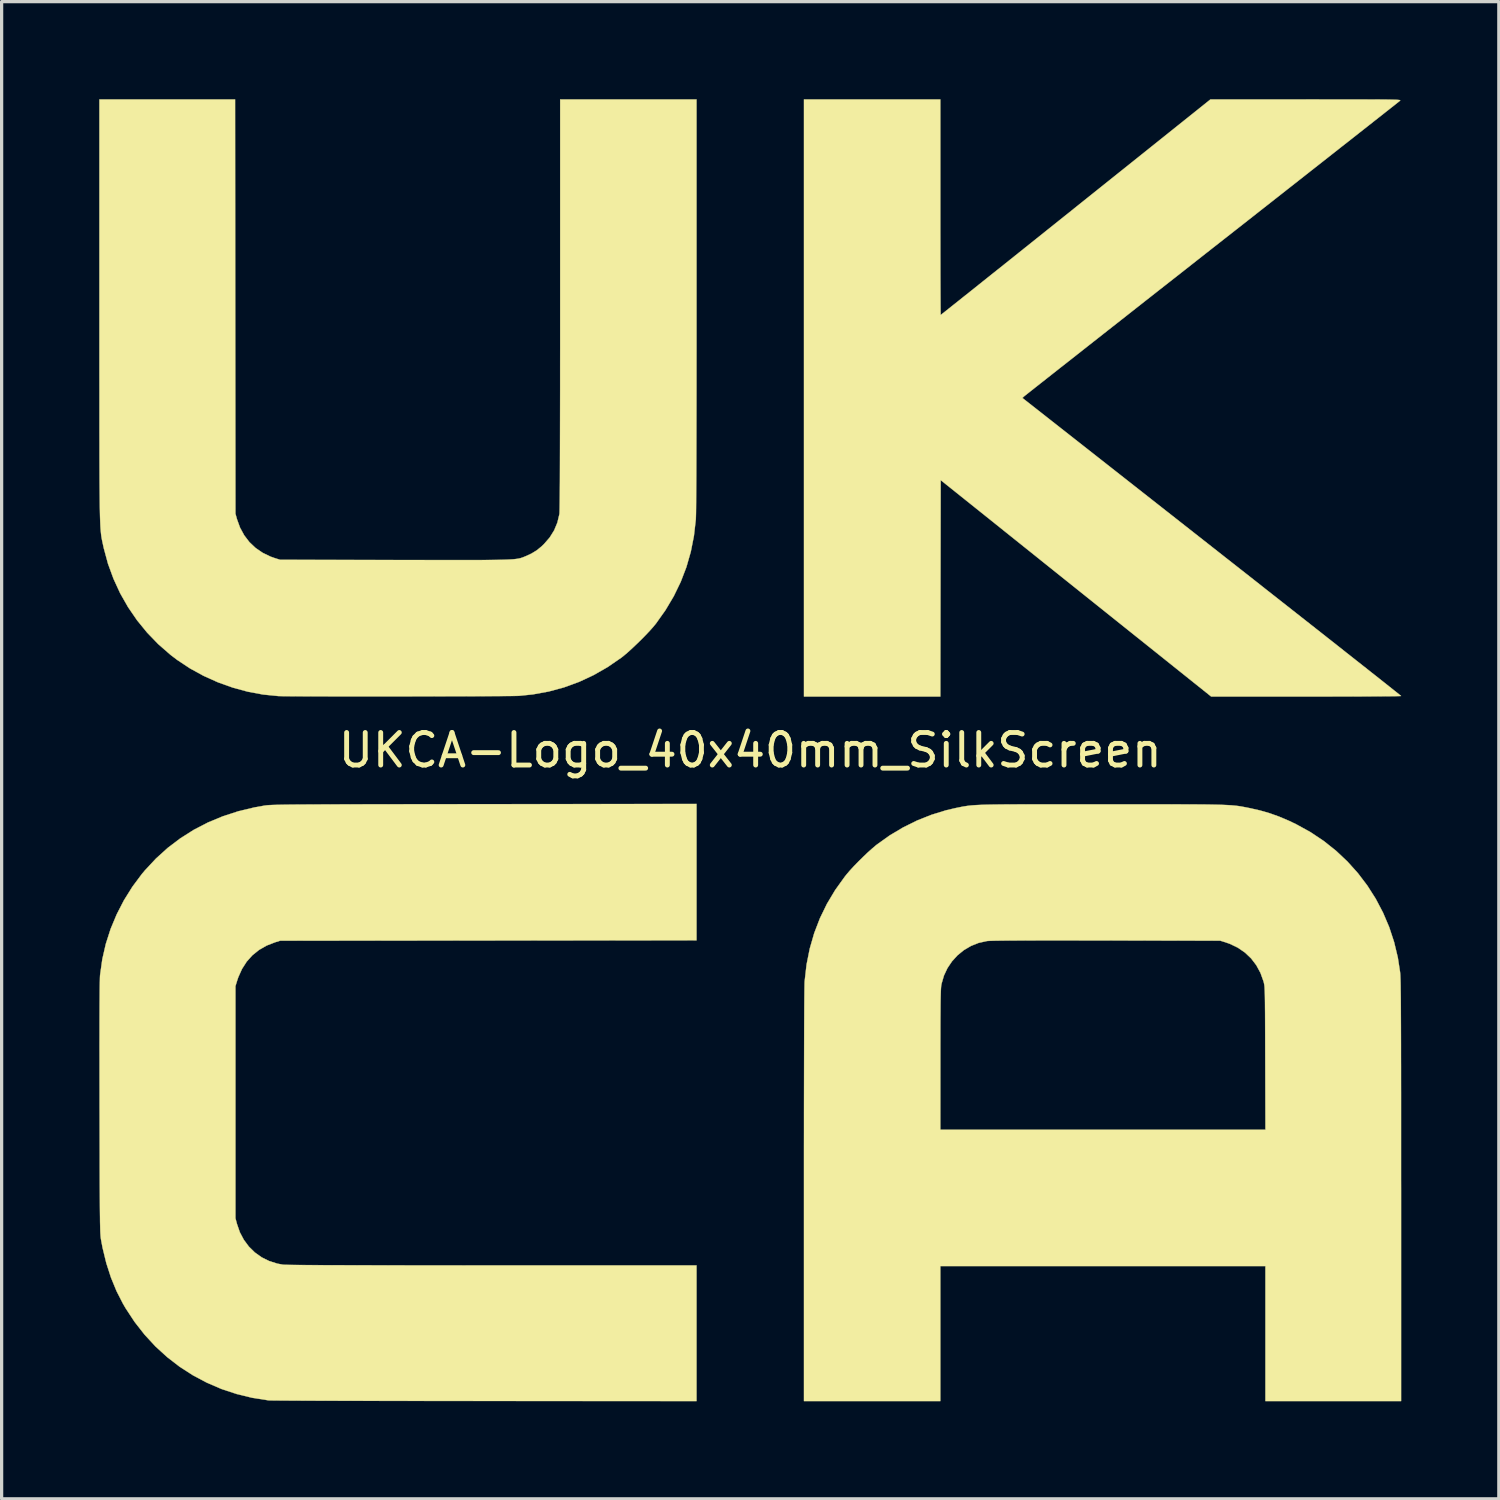
<source format=kicad_pcb>
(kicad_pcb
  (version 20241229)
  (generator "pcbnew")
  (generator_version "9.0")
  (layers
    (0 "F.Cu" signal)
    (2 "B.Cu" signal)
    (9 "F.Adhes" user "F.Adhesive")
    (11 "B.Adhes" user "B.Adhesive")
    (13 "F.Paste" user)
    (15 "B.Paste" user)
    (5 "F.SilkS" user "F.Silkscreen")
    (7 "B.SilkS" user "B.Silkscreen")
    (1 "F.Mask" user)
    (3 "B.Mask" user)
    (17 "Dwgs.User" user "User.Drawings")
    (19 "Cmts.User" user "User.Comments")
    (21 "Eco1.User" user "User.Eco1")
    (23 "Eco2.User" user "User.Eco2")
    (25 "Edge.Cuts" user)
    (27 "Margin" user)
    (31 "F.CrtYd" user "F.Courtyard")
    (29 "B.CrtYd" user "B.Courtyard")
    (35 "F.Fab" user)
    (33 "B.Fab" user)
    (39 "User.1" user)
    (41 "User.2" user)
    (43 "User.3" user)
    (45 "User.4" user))
  (footprint "UKCA-Logo_40x40mm_SilkScreen"
    (layer "F.Cu")
    (at 20.008 20.008)
    (property "Reference" "UKCA-Logo_40x40mm_SilkScreen" (at 0 0 0) (layer "F.SilkS") (effects (font (size 1 1) (thickness 0.15))))
    (attr exclude_from_pos_files exclude_from_bom)
    (fp_poly (pts (xy 5.842 -16.69) (xy 5.842 -16.319) (xy 5.842 -15.96) (xy 5.843 -15.614) (xy 5.843 -15.285) (xy 5.844 -14.975) (xy 5.844 -14.685) (xy 5.845 -14.418) (xy 5.846 -14.176) (xy 5.847 -13.962) (xy 5.848 -13.777) (xy 5.849 -13.625) (xy 5.85 -13.507) (xy 5.851 -13.426) (xy 5.852 -13.383) (xy 5.853 -13.377) (xy 5.87 -13.39) (xy 5.919 -13.429) (xy 5.998 -13.491) (xy 6.106 -13.577) (xy 6.241 -13.685) (xy 6.403 -13.813) (xy 6.589 -13.962) (xy 6.798 -14.128) (xy 7.029 -14.313) (xy 7.281 -14.514) (xy 7.552 -14.73) (xy 7.84 -14.96) (xy 8.144 -15.203) (xy 8.463 -15.458) (xy 8.796 -15.724) (xy 9.141 -16) (xy 9.496 -16.284) (xy 9.861 -16.575) (xy 10.004 -16.69) (xy 14.145 -20.003) (xy 17.078 -20.003) (xy 17.489 -20.002) (xy 17.86 -20.002) (xy 18.192 -20.002) (xy 18.488 -20.002) (xy 18.75 -20.002) (xy 18.98 -20.001) (xy 19.179 -20.001) (xy 19.351 -20) (xy 19.497 -19.999) (xy 19.619 -19.997) (xy 19.719 -19.995) (xy 19.799 -19.993) (xy 19.861 -19.991) (xy 19.907 -19.988) (xy 19.94 -19.985) (xy 19.961 -19.982) (xy 19.973 -19.978) (xy 19.977 -19.973) (xy 19.975 -19.968) (xy 19.97 -19.963) (xy 19.951 -19.947) (xy 19.899 -19.906) (xy 19.816 -19.84) (xy 19.704 -19.752) (xy 19.563 -19.641) (xy 19.395 -19.508) (xy 19.201 -19.356) (xy 18.982 -19.183) (xy 18.74 -18.993) (xy 18.475 -18.784) (xy 18.189 -18.56) (xy 17.883 -18.319) (xy 17.559 -18.064) (xy 17.216 -17.795) (xy 16.858 -17.513) (xy 16.484 -17.22) (xy 16.097 -16.915) (xy 15.697 -16.601) (xy 15.285 -16.277) (xy 14.863 -15.946) (xy 14.432 -15.608) (xy 14.192 -15.42) (xy 13.757 -15.078) (xy 13.33 -14.742) (xy 12.912 -14.414) (xy 12.505 -14.095) (xy 12.11 -13.785) (xy 11.729 -13.485) (xy 11.362 -13.196) (xy 11.01 -12.92) (xy 10.676 -12.657) (xy 10.359 -12.408) (xy 10.062 -12.174) (xy 9.785 -11.956) (xy 9.53 -11.756) (xy 9.298 -11.573) (xy 9.09 -11.409) (xy 8.907 -11.265) (xy 8.751 -11.142) (xy 8.623 -11.041) (xy 8.524 -10.962) (xy 8.454 -10.907) (xy 8.417 -10.877) (xy 8.41 -10.871) (xy 8.364 -10.827) (xy 14.183 -6.256) (xy 14.621 -5.911) (xy 15.051 -5.574) (xy 15.471 -5.244) (xy 15.879 -4.922) (xy 16.276 -4.61) (xy 16.659 -4.309) (xy 17.028 -4.019) (xy 17.381 -3.741) (xy 17.717 -3.476) (xy 18.035 -3.226) (xy 18.333 -2.99) (xy 18.611 -2.771) (xy 18.868 -2.569) (xy 19.101 -2.384) (xy 19.311 -2.219) (xy 19.495 -2.073) (xy 19.652 -1.948) (xy 19.782 -1.845) (xy 19.883 -1.765) (xy 19.954 -1.708) (xy 19.994 -1.675) (xy 20.003 -1.668) (xy 19.982 -1.666) (xy 19.921 -1.664) (xy 19.823 -1.662) (xy 19.69 -1.66) (xy 19.524 -1.659) (xy 19.327 -1.657) (xy 19.103 -1.656) (xy 18.854 -1.654) (xy 18.581 -1.653) (xy 18.288 -1.652) (xy 17.977 -1.652) (xy 17.65 -1.651) (xy 17.309 -1.651) (xy 17.084 -1.651) (xy 14.166 -1.651) (xy 10.009 -4.976) (xy 5.853 -8.302) (xy 5.847 -4.976) (xy 5.842 -1.651) (xy 1.651 -1.651) (xy 1.651 -20.003) (xy 5.842 -20.003) (xy 5.842 -16.69)) (stroke (width 0.01) (type solid)) (fill yes) (layer "F.SilkS"))
    (fp_poly (pts (xy -1.651 5.842) (xy -14.446 5.853) (xy -14.604 5.902) (xy -14.864 6.003) (xy -15.096 6.136) (xy -15.3 6.3) (xy -15.475 6.495) (xy -15.619 6.719) (xy -15.732 6.97) (xy -15.763 7.06) (xy -15.822 7.25) (xy -15.822 14.383) (xy -15.775 14.559) (xy -15.686 14.816) (xy -15.563 15.048) (xy -15.409 15.255) (xy -15.227 15.434) (xy -15.019 15.583) (xy -14.788 15.698) (xy -14.537 15.778) (xy -14.365 15.81) (xy -14.329 15.813) (xy -14.257 15.815) (xy -14.15 15.817) (xy -14.007 15.819) (xy -13.827 15.821) (xy -13.61 15.823) (xy -13.356 15.824) (xy -13.064 15.826) (xy -12.735 15.827) (xy -12.366 15.828) (xy -11.959 15.829) (xy -11.512 15.83) (xy -11.025 15.831) (xy -10.498 15.832) (xy -9.931 15.832) (xy -9.322 15.832) (xy -8.672 15.833) (xy -7.981 15.833) (xy -1.651 15.833) (xy -1.651 20.003) (xy -8.154 20) (xy -8.678 19.999) (xy -9.192 19.999) (xy -9.693 19.999) (xy -10.182 19.998) (xy -10.655 19.997) (xy -11.111 19.997) (xy -11.549 19.996) (xy -11.967 19.995) (xy -12.362 19.994) (xy -12.735 19.993) (xy -13.082 19.992) (xy -13.402 19.991) (xy -13.694 19.99) (xy -13.956 19.988) (xy -14.186 19.987) (xy -14.382 19.986) (xy -14.544 19.984) (xy -14.668 19.983) (xy -14.754 19.982) (xy -14.8 19.98) (xy -14.806 19.98) (xy -15.304 19.902) (xy -15.786 19.785) (xy -16.253 19.63) (xy -16.701 19.437) (xy -17.13 19.209) (xy -17.537 18.947) (xy -17.922 18.65) (xy -18.282 18.321) (xy -18.615 17.96) (xy -18.921 17.569) (xy -19.197 17.149) (xy -19.276 17.014) (xy -19.477 16.621) (xy -19.648 16.205) (xy -19.791 15.762) (xy -19.906 15.29) (xy -19.953 15.039) (xy -19.958 15.01) (xy -19.962 14.978) (xy -19.966 14.941) (xy -19.969 14.896) (xy -19.973 14.842) (xy -19.976 14.776) (xy -19.978 14.698) (xy -19.98 14.605) (xy -19.983 14.494) (xy -19.984 14.365) (xy -19.986 14.215) (xy -19.988 14.043) (xy -19.989 13.846) (xy -19.99 13.623) (xy -19.992 13.371) (xy -19.993 13.089) (xy -19.994 12.775) (xy -19.994 12.427) (xy -19.995 12.043) (xy -19.996 11.622) (xy -19.997 11.16) (xy -19.998 10.986) (xy -19.998 10.452) (xy -19.999 9.959) (xy -19.999 9.507) (xy -20 9.094) (xy -19.999 8.72) (xy -19.999 8.384) (xy -19.998 8.084) (xy -19.997 7.82) (xy -19.995 7.591) (xy -19.994 7.395) (xy -19.992 7.232) (xy -19.989 7.101) (xy -19.987 7.002) (xy -19.984 6.932) (xy -19.981 6.9) (xy -19.914 6.423) (xy -19.806 5.952) (xy -19.658 5.491) (xy -19.471 5.043) (xy -19.248 4.61) (xy -18.989 4.195) (xy -18.696 3.802) (xy -18.602 3.69) (xy -18.265 3.329) (xy -17.902 3) (xy -17.514 2.706) (xy -17.101 2.445) (xy -16.665 2.219) (xy -16.207 2.029) (xy -15.726 1.873) (xy -15.225 1.754) (xy -14.92 1.7) (xy -14.895 1.697) (xy -14.867 1.693) (xy -14.833 1.69) (xy -14.794 1.687) (xy -14.747 1.685) (xy -14.691 1.682) (xy -14.625 1.68) (xy -14.547 1.678) (xy -14.455 1.676) (xy -14.349 1.674) (xy -14.226 1.672) (xy -14.085 1.671) (xy -13.926 1.669) (xy -13.746 1.668) (xy -13.544 1.667) (xy -13.318 1.666) (xy -13.068 1.665) (xy -12.792 1.664) (xy -12.487 1.663) (xy -12.154 1.662) (xy -11.789 1.661) (xy -11.393 1.661) (xy -10.964 1.66) (xy -10.499 1.659) (xy -9.998 1.659) (xy -9.459 1.658) (xy -8.881 1.657) (xy -8.263 1.657) (xy -8.165 1.657) (xy -1.651 1.65) (xy -1.651 5.842)) (stroke (width 0.01) (type solid)) (fill yes) (layer "F.SilkS"))
    (fp_poly (pts (xy -15.828 -13.637) (xy -15.822 -7.271) (xy -15.775 -7.101) (xy -15.681 -6.842) (xy -15.553 -6.607) (xy -15.394 -6.398) (xy -15.204 -6.218) (xy -14.985 -6.068) (xy -14.741 -5.95) (xy -14.604 -5.902) (xy -14.446 -5.853) (xy -10.923 -5.847) (xy -10.459 -5.846) (xy -10.034 -5.846) (xy -9.648 -5.845) (xy -9.299 -5.845) (xy -8.984 -5.845) (xy -8.701 -5.845) (xy -8.449 -5.845) (xy -8.225 -5.846) (xy -8.028 -5.848) (xy -7.855 -5.85) (xy -7.705 -5.852) (xy -7.575 -5.855) (xy -7.464 -5.859) (xy -7.37 -5.864) (xy -7.29 -5.869) (xy -7.222 -5.876) (xy -7.165 -5.883) (xy -7.117 -5.891) (xy -7.076 -5.9) (xy -7.039 -5.911) (xy -7.005 -5.922) (xy -6.972 -5.935) (xy -6.937 -5.949) (xy -6.912 -5.959) (xy -6.724 -6.045) (xy -6.562 -6.144) (xy -6.41 -6.268) (xy -6.338 -6.338) (xy -6.163 -6.54) (xy -6.027 -6.758) (xy -5.928 -6.996) (xy -5.866 -7.254) (xy -5.865 -7.26) (xy -5.862 -7.294) (xy -5.86 -7.364) (xy -5.858 -7.471) (xy -5.856 -7.615) (xy -5.854 -7.797) (xy -5.852 -8.016) (xy -5.85 -8.274) (xy -5.849 -8.57) (xy -5.848 -8.904) (xy -5.847 -9.279) (xy -5.846 -9.692) (xy -5.845 -10.146) (xy -5.844 -10.639) (xy -5.843 -11.174) (xy -5.843 -11.749) (xy -5.842 -12.366) (xy -5.842 -13.024) (xy -5.842 -13.7) (xy -5.842 -20.003) (xy -1.651 -20.003) (xy -1.651 -13.69) (xy -1.651 -12.998) (xy -1.651 -12.342) (xy -1.652 -11.724) (xy -1.652 -11.141) (xy -1.653 -10.597) (xy -1.654 -10.09) (xy -1.655 -9.62) (xy -1.656 -9.19) (xy -1.657 -8.798) (xy -1.658 -8.445) (xy -1.66 -8.132) (xy -1.662 -7.859) (xy -1.663 -7.626) (xy -1.665 -7.434) (xy -1.667 -7.282) (xy -1.67 -7.173) (xy -1.672 -7.105) (xy -1.673 -7.091) (xy -1.731 -6.587) (xy -1.827 -6.101) (xy -1.962 -5.631) (xy -2.136 -5.177) (xy -2.35 -4.736) (xy -2.604 -4.308) (xy -2.897 -3.895) (xy -2.982 -3.792) (xy -3.092 -3.668) (xy -3.221 -3.532) (xy -3.362 -3.389) (xy -3.508 -3.247) (xy -3.651 -3.112) (xy -3.785 -2.991) (xy -3.903 -2.892) (xy -3.962 -2.846) (xy -4.382 -2.557) (xy -4.816 -2.309) (xy -5.262 -2.101) (xy -5.721 -1.933) (xy -6.195 -1.805) (xy -6.684 -1.716) (xy -7.101 -1.673) (xy -7.148 -1.671) (xy -7.234 -1.669) (xy -7.357 -1.667) (xy -7.514 -1.666) (xy -7.703 -1.664) (xy -7.92 -1.663) (xy -8.162 -1.662) (xy -8.428 -1.66) (xy -8.713 -1.659) (xy -9.016 -1.658) (xy -9.334 -1.658) (xy -9.664 -1.657) (xy -10.003 -1.656) (xy -10.348 -1.656) (xy -10.697 -1.655) (xy -11.047 -1.655) (xy -11.394 -1.655) (xy -11.737 -1.655) (xy -12.073 -1.655) (xy -12.398 -1.655) (xy -12.711 -1.655) (xy -13.007 -1.656) (xy -13.285 -1.656) (xy -13.542 -1.657) (xy -13.775 -1.658) (xy -13.98 -1.659) (xy -14.157 -1.66) (xy -14.301 -1.661) (xy -14.409 -1.663) (xy -14.48 -1.665) (xy -14.499 -1.665) (xy -14.97 -1.712) (xy -15.439 -1.799) (xy -15.903 -1.925) (xy -16.357 -2.087) (xy -16.796 -2.284) (xy -17.216 -2.514) (xy -17.611 -2.775) (xy -17.822 -2.936) (xy -18.194 -3.261) (xy -18.535 -3.614) (xy -18.845 -3.994) (xy -19.122 -4.398) (xy -19.364 -4.823) (xy -19.569 -5.268) (xy -19.738 -5.729) (xy -19.867 -6.204) (xy -19.886 -6.29) (xy -19.897 -6.341) (xy -19.907 -6.388) (xy -19.917 -6.433) (xy -19.926 -6.478) (xy -19.934 -6.522) (xy -19.942 -6.569) (xy -19.949 -6.619) (xy -19.955 -6.674) (xy -19.961 -6.736) (xy -19.967 -6.805) (xy -19.972 -6.884) (xy -19.976 -6.974) (xy -19.98 -7.076) (xy -19.984 -7.192) (xy -19.987 -7.324) (xy -19.99 -7.472) (xy -19.992 -7.638) (xy -19.994 -7.824) (xy -19.996 -8.031) (xy -19.998 -8.261) (xy -19.999 -8.515) (xy -20 -8.795) (xy -20.001 -9.101) (xy -20.001 -9.437) (xy -20.002 -9.802) (xy -20.002 -10.199) (xy -20.002 -10.629) (xy -20.002 -11.093) (xy -20.003 -11.593) (xy -20.003 -12.131) (xy -20.003 -12.707) (xy -20.003 -13.324) (xy -20.003 -13.541) (xy -20.003 -20.003) (xy -15.833 -20.003) (xy -15.828 -13.637)) (stroke (width 0.01) (type solid)) (fill yes) (layer "F.SilkS"))
    (fp_poly (pts (xy 10.461 1.662) (xy 10.816 1.662) (xy 11.295 1.662) (xy 11.734 1.662) (xy 12.134 1.662) (xy 12.498 1.662) (xy 12.828 1.662) (xy 13.125 1.663) (xy 13.393 1.664) (xy 13.633 1.665) (xy 13.846 1.666) (xy 14.036 1.668) (xy 14.203 1.671) (xy 14.351 1.674) (xy 14.48 1.677) (xy 14.594 1.682) (xy 14.694 1.687) (xy 14.783 1.692) (xy 14.861 1.699) (xy 14.932 1.706) (xy 14.997 1.714) (xy 15.059 1.723) (xy 15.119 1.734) (xy 15.179 1.745) (xy 15.242 1.757) (xy 15.31 1.771) (xy 15.348 1.778) (xy 15.665 1.85) (xy 15.964 1.936) (xy 16.257 2.041) (xy 16.558 2.169) (xy 16.785 2.278) (xy 17.217 2.516) (xy 17.623 2.787) (xy 18.003 3.089) (xy 18.354 3.42) (xy 18.676 3.778) (xy 18.966 4.16) (xy 19.224 4.565) (xy 19.448 4.991) (xy 19.637 5.435) (xy 19.789 5.897) (xy 19.903 6.372) (xy 19.971 6.813) (xy 19.974 6.843) (xy 19.977 6.882) (xy 19.98 6.929) (xy 19.982 6.988) (xy 19.985 7.058) (xy 19.987 7.142) (xy 19.989 7.241) (xy 19.99 7.356) (xy 19.992 7.488) (xy 19.994 7.64) (xy 19.995 7.813) (xy 19.996 8.007) (xy 19.997 8.224) (xy 19.998 8.467) (xy 19.999 8.735) (xy 20 9.031) (xy 20 9.356) (xy 20.001 9.711) (xy 20.001 10.097) (xy 20.002 10.517) (xy 20.002 10.972) (xy 20.002 11.462) (xy 20.002 11.989) (xy 20.002 12.556) (xy 20.002 13.162) (xy 20.003 13.541) (xy 20.003 20.003) (xy 15.833 20.003) (xy 15.833 15.854) (xy 5.842 15.854) (xy 5.842 20.003) (xy 1.651 20.003) (xy 1.651 13.69) (xy 1.651 13.007) (xy 1.651 12.359) (xy 1.652 11.746) (xy 1.652 11.663) (xy 5.842 11.663) (xy 15.834 11.663) (xy 15.828 9.467) (xy 15.827 9.114) (xy 15.826 8.801) (xy 15.825 8.525) (xy 15.824 8.284) (xy 15.823 8.075) (xy 15.821 7.895) (xy 15.82 7.742) (xy 15.818 7.613) (xy 15.816 7.506) (xy 15.813 7.418) (xy 15.81 7.347) (xy 15.807 7.289) (xy 15.803 7.243) (xy 15.798 7.205) (xy 15.792 7.174) (xy 15.786 7.146) (xy 15.779 7.119) (xy 15.774 7.101) (xy 15.681 6.842) (xy 15.554 6.608) (xy 15.395 6.399) (xy 15.206 6.219) (xy 14.988 6.069) (xy 14.744 5.951) (xy 14.604 5.902) (xy 14.446 5.853) (xy 10.943 5.846) (xy 10.444 5.846) (xy 9.986 5.845) (xy 9.568 5.845) (xy 9.188 5.845) (xy 8.847 5.845) (xy 8.542 5.846) (xy 8.273 5.847) (xy 8.038 5.848) (xy 7.837 5.849) (xy 7.668 5.851) (xy 7.529 5.853) (xy 7.421 5.856) (xy 7.341 5.859) (xy 7.289 5.862) (xy 7.273 5.864) (xy 7.021 5.92) (xy 6.785 6.014) (xy 6.567 6.142) (xy 6.372 6.3) (xy 6.202 6.486) (xy 6.061 6.695) (xy 5.953 6.925) (xy 5.881 7.172) (xy 5.872 7.217) (xy 5.867 7.253) (xy 5.863 7.303) (xy 5.859 7.369) (xy 5.856 7.455) (xy 5.853 7.562) (xy 5.85 7.693) (xy 5.848 7.85) (xy 5.847 8.035) (xy 5.845 8.251) (xy 5.844 8.5) (xy 5.844 8.784) (xy 5.843 9.105) (xy 5.843 9.466) (xy 5.843 9.52) (xy 5.842 11.663) (xy 1.652 11.663) (xy 1.652 11.169) (xy 1.653 10.628) (xy 1.654 10.123) (xy 1.655 9.655) (xy 1.656 9.225) (xy 1.657 8.832) (xy 1.658 8.478) (xy 1.66 8.162) (xy 1.661 7.886) (xy 1.663 7.649) (xy 1.665 7.453) (xy 1.667 7.298) (xy 1.669 7.183) (xy 1.671 7.111) (xy 1.673 7.091) (xy 1.731 6.586) (xy 1.829 6.096) (xy 1.966 5.621) (xy 2.142 5.163) (xy 2.357 4.721) (xy 2.611 4.296) (xy 2.903 3.889) (xy 2.961 3.816) (xy 3.059 3.701) (xy 3.181 3.568) (xy 3.32 3.425) (xy 3.466 3.281) (xy 3.611 3.142) (xy 3.749 3.019) (xy 3.869 2.917) (xy 3.895 2.897) (xy 4.284 2.619) (xy 4.697 2.373) (xy 5.127 2.16) (xy 5.57 1.984) (xy 6.02 1.845) (xy 6.308 1.778) (xy 6.377 1.764) (xy 6.44 1.751) (xy 6.499 1.739) (xy 6.557 1.728) (xy 6.615 1.719) (xy 6.675 1.71) (xy 6.74 1.702) (xy 6.81 1.695) (xy 6.89 1.689) (xy 6.979 1.684) (xy 7.081 1.679) (xy 7.198 1.675) (xy 7.33 1.672) (xy 7.482 1.669) (xy 7.654 1.667) (xy 7.848 1.665) (xy 8.068 1.664) (xy 8.313 1.663) (xy 8.588 1.662) (xy 8.893 1.662) (xy 9.231 1.662) (xy 9.603 1.662) (xy 10.013 1.662) (xy 10.461 1.662)) (stroke (width 0.01) (type solid)) (fill yes) (layer "F.SilkS")))
  (gr_rect
    (start -3 -3)
    (end 43.015 43.015)
    (stroke (width 0.1) (type default))
    (fill no)
    (layer "Edge.Cuts")))
</source>
